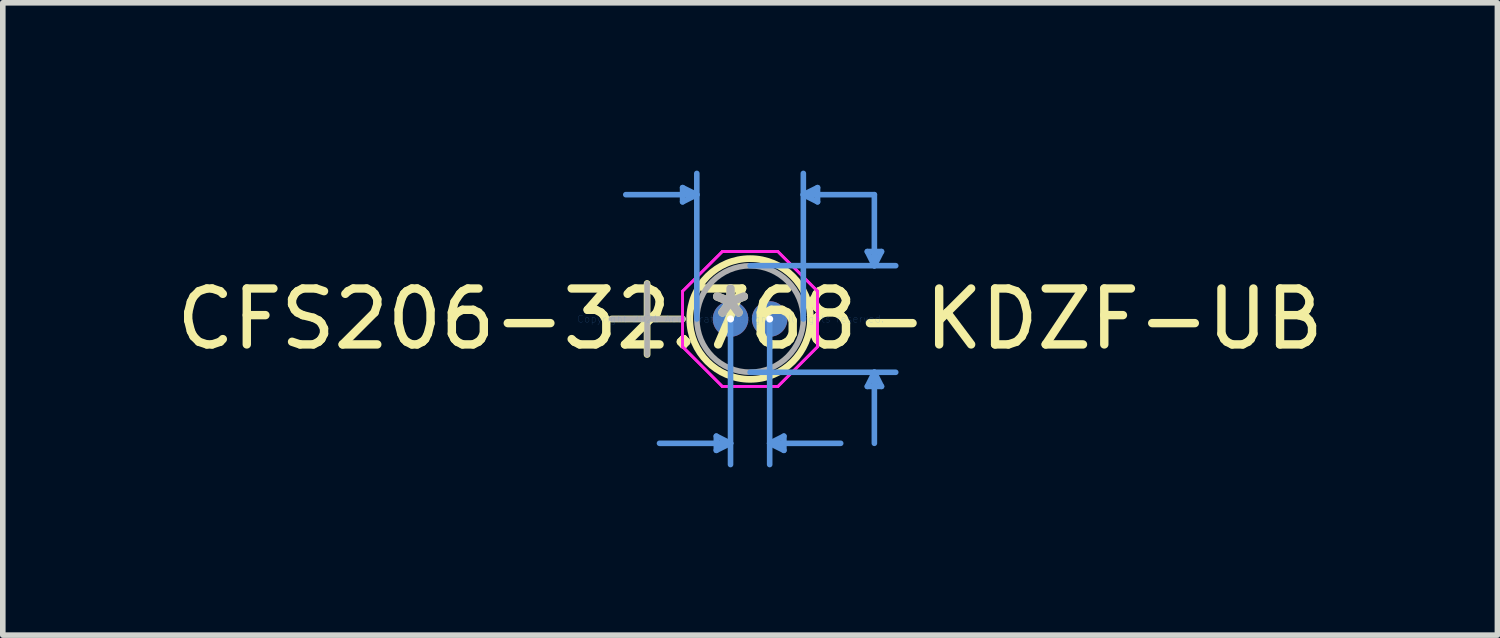
<source format=kicad_pcb>
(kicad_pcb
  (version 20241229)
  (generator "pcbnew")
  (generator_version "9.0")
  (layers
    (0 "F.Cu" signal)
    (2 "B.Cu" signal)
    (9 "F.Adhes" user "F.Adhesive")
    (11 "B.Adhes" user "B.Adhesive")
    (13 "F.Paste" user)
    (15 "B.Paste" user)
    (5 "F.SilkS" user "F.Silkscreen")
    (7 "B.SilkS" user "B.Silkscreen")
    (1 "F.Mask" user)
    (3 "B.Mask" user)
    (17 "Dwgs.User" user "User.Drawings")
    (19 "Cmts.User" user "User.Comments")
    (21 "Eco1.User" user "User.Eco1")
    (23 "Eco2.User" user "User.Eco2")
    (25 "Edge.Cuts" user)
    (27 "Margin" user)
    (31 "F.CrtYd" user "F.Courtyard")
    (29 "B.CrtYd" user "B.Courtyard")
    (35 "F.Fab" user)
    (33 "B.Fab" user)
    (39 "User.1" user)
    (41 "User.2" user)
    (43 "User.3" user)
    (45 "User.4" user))
  (footprint "CFS206-32.768-KDZF-UB"
    (layer "F.Cu")
    (at 10.013 2.654)
    (property "Reference" "CFS206-32.768-KDZF-UB" (at 0.35 0 0) (layer "F.SilkS") (effects (font (size 1 1) (thickness 0.15))))
    (attr through_hole)
    (fp_line (start -2.127 0) (end -0.857 0) (stroke (width 0.12) (type solid)) (layer "F.SilkS"))
    (fp_line (start -1.492 -0.635) (end -1.492 0.635) (stroke (width 0.12) (type solid)) (layer "F.SilkS"))
    (fp_circle (center 0.35 0) (end 1.429 0) (stroke (width 0.12) (type solid)) (fill no) (layer "F.SilkS"))
    (fp_line (start -0.857 -2.349) (end -0.857 -2.095) (stroke (width 0.1) (type solid)) (layer "Cmts.User"))
    (fp_line (start -0.603 -2.223) (end -1.873 -2.223) (stroke (width 0.1) (type solid)) (layer "Cmts.User"))
    (fp_line (start -0.603 -2.223) (end -0.857 -2.349) (stroke (width 0.1) (type solid)) (layer "Cmts.User"))
    (fp_line (start -0.603 -2.223) (end -0.857 -2.095) (stroke (width 0.1) (type solid)) (layer "Cmts.User"))
    (fp_line (start -0.603 0) (end -0.603 -2.603) (stroke (width 0.1) (type solid)) (layer "Cmts.User"))
    (fp_line (start -0.254 2.095) (end -0.254 2.349) (stroke (width 0.1) (type solid)) (layer "Cmts.User"))
    (fp_line (start 0 0) (end 0 2.603) (stroke (width 0.1) (type solid)) (layer "Cmts.User"))
    (fp_line (start 0 2.223) (end -1.27 2.223) (stroke (width 0.1) (type solid)) (layer "Cmts.User"))
    (fp_line (start 0 2.223) (end -0.254 2.095) (stroke (width 0.1) (type solid)) (layer "Cmts.User"))
    (fp_line (start 0 2.223) (end -0.254 2.349) (stroke (width 0.1) (type solid)) (layer "Cmts.User"))
    (fp_line (start 0.35 -0.953) (end 2.954 -0.953) (stroke (width 0.1) (type solid)) (layer "Cmts.User"))
    (fp_line (start 0.35 0.953) (end 2.954 0.953) (stroke (width 0.1) (type solid)) (layer "Cmts.User"))
    (fp_line (start 0.7 0) (end 0.7 2.603) (stroke (width 0.1) (type solid)) (layer "Cmts.User"))
    (fp_line (start 0.7 2.223) (end 0.954 2.095) (stroke (width 0.1) (type solid)) (layer "Cmts.User"))
    (fp_line (start 0.7 2.223) (end 0.954 2.349) (stroke (width 0.1) (type solid)) (layer "Cmts.User"))
    (fp_line (start 0.7 2.223) (end 1.97 2.223) (stroke (width 0.1) (type solid)) (layer "Cmts.User"))
    (fp_line (start 0.954 2.095) (end 0.954 2.349) (stroke (width 0.1) (type solid)) (layer "Cmts.User"))
    (fp_line (start 1.302 -2.223) (end 1.556 -2.349) (stroke (width 0.1) (type solid)) (layer "Cmts.User"))
    (fp_line (start 1.302 -2.223) (end 1.556 -2.095) (stroke (width 0.1) (type solid)) (layer "Cmts.User"))
    (fp_line (start 1.302 -2.223) (end 2.572 -2.223) (stroke (width 0.1) (type solid)) (layer "Cmts.User"))
    (fp_line (start 1.302 0) (end 1.302 -2.603) (stroke (width 0.1) (type solid)) (layer "Cmts.User"))
    (fp_line (start 1.556 -2.349) (end 1.556 -2.095) (stroke (width 0.1) (type solid)) (layer "Cmts.User"))
    (fp_line (start 2.446 -1.206) (end 2.7 -1.206) (stroke (width 0.1) (type solid)) (layer "Cmts.User"))
    (fp_line (start 2.446 1.206) (end 2.7 1.206) (stroke (width 0.1) (type solid)) (layer "Cmts.User"))
    (fp_line (start 2.572 -0.953) (end 2.446 -1.206) (stroke (width 0.1) (type solid)) (layer "Cmts.User"))
    (fp_line (start 2.572 -0.953) (end 2.572 -2.223) (stroke (width 0.1) (type solid)) (layer "Cmts.User"))
    (fp_line (start 2.572 -0.953) (end 2.7 -1.206) (stroke (width 0.1) (type solid)) (layer "Cmts.User"))
    (fp_line (start 2.572 0.953) (end 2.446 1.206) (stroke (width 0.1) (type solid)) (layer "Cmts.User"))
    (fp_line (start 2.572 0.953) (end 2.572 2.223) (stroke (width 0.1) (type solid)) (layer "Cmts.User"))
    (fp_line (start 2.572 0.953) (end 2.7 1.206) (stroke (width 0.1) (type solid)) (layer "Cmts.User"))
    (fp_line (start -0.857 -0.497) (end -0.147 -1.206) (stroke (width 0.05) (type solid)) (layer "F.CrtYd"))
    (fp_line (start -0.857 -0.497) (end -0.147 -1.206) (stroke (width 0.05) (type solid)) (layer "F.CrtYd"))
    (fp_line (start -0.857 0.497) (end -0.857 -0.497) (stroke (width 0.05) (type solid)) (layer "F.CrtYd"))
    (fp_line (start -0.857 0.497) (end -0.857 -0.497) (stroke (width 0.05) (type solid)) (layer "F.CrtYd"))
    (fp_line (start -0.147 -1.206) (end 0.847 -1.206) (stroke (width 0.05) (type solid)) (layer "F.CrtYd"))
    (fp_line (start -0.147 -1.206) (end 0.847 -1.206) (stroke (width 0.05) (type solid)) (layer "F.CrtYd"))
    (fp_line (start -0.147 1.206) (end -0.857 0.497) (stroke (width 0.05) (type solid)) (layer "F.CrtYd"))
    (fp_line (start -0.147 1.206) (end -0.857 0.497) (stroke (width 0.05) (type solid)) (layer "F.CrtYd"))
    (fp_line (start 0.847 -1.206) (end 1.556 -0.497) (stroke (width 0.05) (type solid)) (layer "F.CrtYd"))
    (fp_line (start 0.847 -1.206) (end 1.556 -0.497) (stroke (width 0.05) (type solid)) (layer "F.CrtYd"))
    (fp_line (start 0.847 1.206) (end -0.147 1.206) (stroke (width 0.05) (type solid)) (layer "F.CrtYd"))
    (fp_line (start 0.847 1.206) (end -0.147 1.206) (stroke (width 0.05) (type solid)) (layer "F.CrtYd"))
    (fp_line (start 1.556 -0.497) (end 1.556 0.497) (stroke (width 0.05) (type solid)) (layer "F.CrtYd"))
    (fp_line (start 1.556 -0.497) (end 1.556 0.497) (stroke (width 0.05) (type solid)) (layer "F.CrtYd"))
    (fp_line (start 1.556 0.497) (end 0.847 1.206) (stroke (width 0.05) (type solid)) (layer "F.CrtYd"))
    (fp_line (start 1.556 0.497) (end 0.847 1.206) (stroke (width 0.05) (type solid)) (layer "F.CrtYd"))
    (fp_line (start -2.127 0) (end -0.857 0) (stroke (width 0.1) (type solid)) (layer "F.Fab"))
    (fp_line (start -1.492 -0.635) (end -1.492 0.635) (stroke (width 0.1) (type solid)) (layer "F.Fab"))
    (fp_circle (center 0.35 0) (end 1.302 0) (stroke (width 0.1) (type solid)) (fill no) (layer "F.Fab"))
    (fp_text user "*" (at 0 0 0) (layer "F.SilkS") (effects (font (size 1 1) (thickness 0.15))))
    (fp_text user "Copyright 2021 Accelerated Designs. All rights reserved." (at 0 0 0) (layer "Cmts.User") (effects (font (size 0.127 0.127) (thickness 0.002))))
    (fp_text user "*" (at 0 0 0) (layer "F.Fab") (effects (font (size 1 1) (thickness 0.15))))
    (pad "1" thru_hole circle (at 0 0) (size 0.635 0.635) (drill 0.127) (layers "*.Cu" "*.Mask"))
    (pad "2" thru_hole circle (at 0.7 0) (size 0.635 0.635) (drill 0.127) (layers "*.Cu" "*.Mask")))
  (gr_rect
    (start -3 -3)
    (end 23.726 8.307)
    (stroke (width 0.1) (type default))
    (fill no)
    (layer "Edge.Cuts")))
</source>
